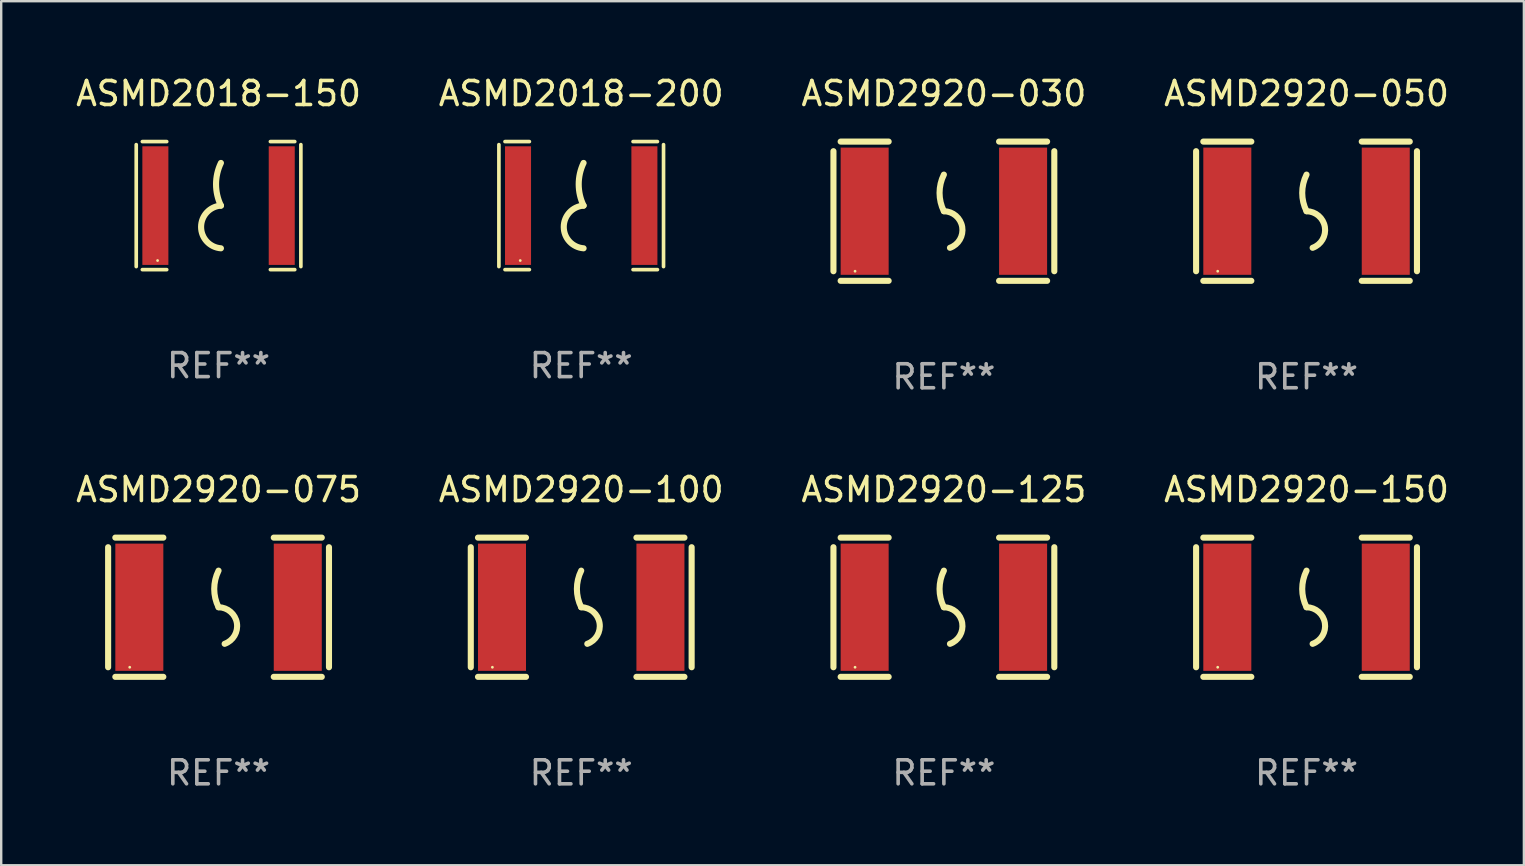
<source format=kicad_pcb>
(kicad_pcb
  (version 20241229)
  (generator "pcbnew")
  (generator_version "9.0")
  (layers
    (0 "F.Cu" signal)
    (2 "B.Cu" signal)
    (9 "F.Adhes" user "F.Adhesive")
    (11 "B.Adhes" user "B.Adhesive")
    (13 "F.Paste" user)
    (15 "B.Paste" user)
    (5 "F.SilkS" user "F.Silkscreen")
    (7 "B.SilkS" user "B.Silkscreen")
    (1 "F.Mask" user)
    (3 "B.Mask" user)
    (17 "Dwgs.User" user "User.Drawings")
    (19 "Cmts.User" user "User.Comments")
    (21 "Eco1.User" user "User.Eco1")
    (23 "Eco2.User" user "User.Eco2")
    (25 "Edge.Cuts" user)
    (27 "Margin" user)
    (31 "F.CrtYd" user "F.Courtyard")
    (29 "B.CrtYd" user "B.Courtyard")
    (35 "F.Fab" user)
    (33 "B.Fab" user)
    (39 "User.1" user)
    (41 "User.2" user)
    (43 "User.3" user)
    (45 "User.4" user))
  (footprint "ASMD2920-100"
    (layer "F.Cu")
    (at 21.161 22.245)
    (property "Reference" "ASMD2920-100" (at 0 -4.9 0) (layer "F.SilkS") (effects (font (size 1 1) (thickness 0.15))))
    (attr through_hole)
    (fp_line (start -4.6 -2.5) (end -4.6 2.5) (stroke (width 0.254) (type solid)) (layer "F.SilkS"))
    (fp_line (start -4.3 -2.9) (end -2.3 -2.9) (stroke (width 0.254) (type solid)) (layer "F.SilkS"))
    (fp_line (start -4.3 2.9) (end -2.3 2.9) (stroke (width 0.254) (type solid)) (layer "F.SilkS"))
    (fp_line (start 2.3 -2.9) (end 4.3 -2.9) (stroke (width 0.254) (type solid)) (layer "F.SilkS"))
    (fp_line (start 2.3 2.9) (end 4.3 2.9) (stroke (width 0.254) (type solid)) (layer "F.SilkS"))
    (fp_line (start 4.6 -2.5) (end 4.6 2.5) (stroke (width 0.254) (type solid)) (layer "F.SilkS"))
    (fp_arc (start 0 0) (mid -0.179884 -0.762002) (end 0 -1.524003) (stroke (width 0.254001) (type solid)) (layer "F.SilkS"))
    (fp_arc (start 0 0) (mid 0.763086 0.655987) (end 0.254001 1.524003) (stroke (width 0.254001) (type solid)) (layer "F.SilkS"))
    (fp_circle (center -3.7 2.5) (end -3.67 2.5) (stroke (width 0.06) (type solid)) (fill no) (layer "F.SilkS"))
    (fp_text user "REF**" (at 0 6.9 0) (layer "F.Fab") (effects (font (size 1 1) (thickness 0.15))))
    (pad "1" smd rect (at -3.3 0) (size 2 5.3) (layers "F.Cu" "F.Mask" "F.Paste"))
    (pad "2" smd rect (at 3.3 0) (size 2 5.3) (layers "F.Cu" "F.Mask" "F.Paste")))
  (footprint "ASMD2018-200"
    (layer "F.Cu")
    (at 21.161 5.515)
    (property "Reference" "ASMD2018-200" (at 0 -4.667 0) (layer "F.SilkS") (effects (font (size 1 1) (thickness 0.15))))
    (attr through_hole)
    (fp_line (start -3.429 2.54) (end -3.429 -2.54) (stroke (width 0.152) (type solid)) (layer "F.SilkS"))
    (fp_line (start -3.175 2.667) (end -2.159 2.667) (stroke (width 0.152) (type solid)) (layer "F.SilkS"))
    (fp_line (start -2.159 -2.667) (end -3.175 -2.667) (stroke (width 0.152) (type solid)) (layer "F.SilkS"))
    (fp_line (start 2.159 2.667) (end 3.175 2.667) (stroke (width 0.152) (type solid)) (layer "F.SilkS"))
    (fp_line (start 3.175 -2.667) (end 2.159 -2.667) (stroke (width 0.152) (type solid)) (layer "F.SilkS"))
    (fp_line (start 3.429 -2.54) (end 3.429 2.54) (stroke (width 0.152) (type solid)) (layer "F.SilkS"))
    (fp_arc (start 0.09873 -0.000001) (mid -0.104416 -0.889002) (end 0.09873 -1.778004) (stroke (width 0.254001) (type solid)) (layer "F.SilkS"))
    (fp_arc (start 0.09873 1.778004) (mid -0.727058 0.889002) (end 0.098731 0) (stroke (width 0.254001) (type solid)) (layer "F.SilkS"))
    (fp_circle (center -2.54 2.288) (end -2.51 2.288) (stroke (width 0.06) (type solid)) (fill no) (layer "F.SilkS"))
    (fp_text user "REF**" (at 0 6.667 0) (layer "F.Fab") (effects (font (size 1 1) (thickness 0.15))))
    (pad "1" smd rect (at -2.632 0) (size 1.084 4.941) (layers "F.Cu" "F.Mask" "F.Paste"))
    (pad "2" smd rect (at 2.632 0) (size 1.084 4.941) (layers "F.Cu" "F.Mask" "F.Paste")))
  (footprint "ASMD2920-050"
    (layer "F.Cu")
    (at 51.375 5.748)
    (property "Reference" "ASMD2920-050" (at 0 -4.9 0) (layer "F.SilkS") (effects (font (size 1 1) (thickness 0.15))))
    (attr through_hole)
    (fp_line (start -4.6 -2.5) (end -4.6 2.5) (stroke (width 0.254) (type solid)) (layer "F.SilkS"))
    (fp_line (start -4.3 -2.9) (end -2.3 -2.9) (stroke (width 0.254) (type solid)) (layer "F.SilkS"))
    (fp_line (start -4.3 2.9) (end -2.3 2.9) (stroke (width 0.254) (type solid)) (layer "F.SilkS"))
    (fp_line (start 2.3 -2.9) (end 4.3 -2.9) (stroke (width 0.254) (type solid)) (layer "F.SilkS"))
    (fp_line (start 2.3 2.9) (end 4.3 2.9) (stroke (width 0.254) (type solid)) (layer "F.SilkS"))
    (fp_line (start 4.6 -2.5) (end 4.6 2.5) (stroke (width 0.254) (type solid)) (layer "F.SilkS"))
    (fp_arc (start 0 0) (mid -0.179884 -0.762002) (end 0 -1.524003) (stroke (width 0.254001) (type solid)) (layer "F.SilkS"))
    (fp_arc (start 0 0) (mid 0.763086 0.655987) (end 0.254001 1.524003) (stroke (width 0.254001) (type solid)) (layer "F.SilkS"))
    (fp_circle (center -3.7 2.5) (end -3.67 2.5) (stroke (width 0.06) (type solid)) (fill no) (layer "F.SilkS"))
    (fp_text user "REF**" (at 0 6.9 0) (layer "F.Fab") (effects (font (size 1 1) (thickness 0.15))))
    (pad "1" smd rect (at -3.3 0) (size 2 5.3) (layers "F.Cu" "F.Mask" "F.Paste"))
    (pad "2" smd rect (at 3.3 0) (size 2 5.3) (layers "F.Cu" "F.Mask" "F.Paste")))
  (footprint "ASMD2920-030"
    (layer "F.Cu")
    (at 36.268 5.748)
    (property "Reference" "ASMD2920-030" (at 0 -4.9 0) (layer "F.SilkS") (effects (font (size 1 1) (thickness 0.15))))
    (attr through_hole)
    (fp_line (start -4.6 -2.5) (end -4.6 2.5) (stroke (width 0.254) (type solid)) (layer "F.SilkS"))
    (fp_line (start -4.3 -2.9) (end -2.3 -2.9) (stroke (width 0.254) (type solid)) (layer "F.SilkS"))
    (fp_line (start -4.3 2.9) (end -2.3 2.9) (stroke (width 0.254) (type solid)) (layer "F.SilkS"))
    (fp_line (start 2.3 -2.9) (end 4.3 -2.9) (stroke (width 0.254) (type solid)) (layer "F.SilkS"))
    (fp_line (start 2.3 2.9) (end 4.3 2.9) (stroke (width 0.254) (type solid)) (layer "F.SilkS"))
    (fp_line (start 4.6 -2.5) (end 4.6 2.5) (stroke (width 0.254) (type solid)) (layer "F.SilkS"))
    (fp_arc (start 0 0) (mid -0.179884 -0.762002) (end 0 -1.524003) (stroke (width 0.254001) (type solid)) (layer "F.SilkS"))
    (fp_arc (start 0 0) (mid 0.763086 0.655987) (end 0.254001 1.524003) (stroke (width 0.254001) (type solid)) (layer "F.SilkS"))
    (fp_circle (center -3.7 2.5) (end -3.67 2.5) (stroke (width 0.06) (type solid)) (fill no) (layer "F.SilkS"))
    (fp_text user "REF**" (at 0 6.9 0) (layer "F.Fab") (effects (font (size 1 1) (thickness 0.15))))
    (pad "1" smd rect (at -3.3 0) (size 2 5.3) (layers "F.Cu" "F.Mask" "F.Paste"))
    (pad "2" smd rect (at 3.3 0) (size 2 5.3) (layers "F.Cu" "F.Mask" "F.Paste")))
  (footprint "ASMD2920-075"
    (layer "F.Cu")
    (at 6.054 22.245)
    (property "Reference" "ASMD2920-075" (at 0 -4.9 0) (layer "F.SilkS") (effects (font (size 1 1) (thickness 0.15))))
    (attr through_hole)
    (fp_line (start -4.6 -2.5) (end -4.6 2.5) (stroke (width 0.254) (type solid)) (layer "F.SilkS"))
    (fp_line (start -4.3 -2.9) (end -2.3 -2.9) (stroke (width 0.254) (type solid)) (layer "F.SilkS"))
    (fp_line (start -4.3 2.9) (end -2.3 2.9) (stroke (width 0.254) (type solid)) (layer "F.SilkS"))
    (fp_line (start 2.3 -2.9) (end 4.3 -2.9) (stroke (width 0.254) (type solid)) (layer "F.SilkS"))
    (fp_line (start 2.3 2.9) (end 4.3 2.9) (stroke (width 0.254) (type solid)) (layer "F.SilkS"))
    (fp_line (start 4.6 -2.5) (end 4.6 2.5) (stroke (width 0.254) (type solid)) (layer "F.SilkS"))
    (fp_arc (start 0 0) (mid -0.179884 -0.762002) (end 0 -1.524003) (stroke (width 0.254001) (type solid)) (layer "F.SilkS"))
    (fp_arc (start 0 0) (mid 0.763086 0.655987) (end 0.254001 1.524003) (stroke (width 0.254001) (type solid)) (layer "F.SilkS"))
    (fp_circle (center -3.7 2.5) (end -3.67 2.5) (stroke (width 0.06) (type solid)) (fill no) (layer "F.SilkS"))
    (fp_text user "REF**" (at 0 6.9 0) (layer "F.Fab") (effects (font (size 1 1) (thickness 0.15))))
    (pad "1" smd rect (at -3.3 0) (size 2 5.3) (layers "F.Cu" "F.Mask" "F.Paste"))
    (pad "2" smd rect (at 3.3 0) (size 2 5.3) (layers "F.Cu" "F.Mask" "F.Paste")))
  (footprint "ASMD2920-150"
    (layer "F.Cu")
    (at 51.375 22.245)
    (property "Reference" "ASMD2920-150" (at 0 -4.9 0) (layer "F.SilkS") (effects (font (size 1 1) (thickness 0.15))))
    (attr through_hole)
    (fp_line (start -4.6 -2.5) (end -4.6 2.5) (stroke (width 0.254) (type solid)) (layer "F.SilkS"))
    (fp_line (start -4.3 -2.9) (end -2.3 -2.9) (stroke (width 0.254) (type solid)) (layer "F.SilkS"))
    (fp_line (start -4.3 2.9) (end -2.3 2.9) (stroke (width 0.254) (type solid)) (layer "F.SilkS"))
    (fp_line (start 2.3 -2.9) (end 4.3 -2.9) (stroke (width 0.254) (type solid)) (layer "F.SilkS"))
    (fp_line (start 2.3 2.9) (end 4.3 2.9) (stroke (width 0.254) (type solid)) (layer "F.SilkS"))
    (fp_line (start 4.6 -2.5) (end 4.6 2.5) (stroke (width 0.254) (type solid)) (layer "F.SilkS"))
    (fp_arc (start 0 0) (mid -0.179884 -0.762002) (end 0 -1.524003) (stroke (width 0.254001) (type solid)) (layer "F.SilkS"))
    (fp_arc (start 0 0) (mid 0.763086 0.655987) (end 0.254001 1.524003) (stroke (width 0.254001) (type solid)) (layer "F.SilkS"))
    (fp_circle (center -3.7 2.5) (end -3.67 2.5) (stroke (width 0.06) (type solid)) (fill no) (layer "F.SilkS"))
    (fp_text user "REF**" (at 0 6.9 0) (layer "F.Fab") (effects (font (size 1 1) (thickness 0.15))))
    (pad "1" smd rect (at -3.3 0) (size 2 5.3) (layers "F.Cu" "F.Mask" "F.Paste"))
    (pad "2" smd rect (at 3.3 0) (size 2 5.3) (layers "F.Cu" "F.Mask" "F.Paste")))
  (footprint "ASMD2920-125"
    (layer "F.Cu")
    (at 36.268 22.245)
    (property "Reference" "ASMD2920-125" (at 0 -4.9 0) (layer "F.SilkS") (effects (font (size 1 1) (thickness 0.15))))
    (attr through_hole)
    (fp_line (start -4.6 -2.5) (end -4.6 2.5) (stroke (width 0.254) (type solid)) (layer "F.SilkS"))
    (fp_line (start -4.3 -2.9) (end -2.3 -2.9) (stroke (width 0.254) (type solid)) (layer "F.SilkS"))
    (fp_line (start -4.3 2.9) (end -2.3 2.9) (stroke (width 0.254) (type solid)) (layer "F.SilkS"))
    (fp_line (start 2.3 -2.9) (end 4.3 -2.9) (stroke (width 0.254) (type solid)) (layer "F.SilkS"))
    (fp_line (start 2.3 2.9) (end 4.3 2.9) (stroke (width 0.254) (type solid)) (layer "F.SilkS"))
    (fp_line (start 4.6 -2.5) (end 4.6 2.5) (stroke (width 0.254) (type solid)) (layer "F.SilkS"))
    (fp_arc (start 0 0) (mid -0.179884 -0.762002) (end 0 -1.524003) (stroke (width 0.254001) (type solid)) (layer "F.SilkS"))
    (fp_arc (start 0 0) (mid 0.763086 0.655987) (end 0.254001 1.524003) (stroke (width 0.254001) (type solid)) (layer "F.SilkS"))
    (fp_circle (center -3.7 2.5) (end -3.67 2.5) (stroke (width 0.06) (type solid)) (fill no) (layer "F.SilkS"))
    (fp_text user "REF**" (at 0 6.9 0) (layer "F.Fab") (effects (font (size 1 1) (thickness 0.15))))
    (pad "1" smd rect (at -3.3 0) (size 2 5.3) (layers "F.Cu" "F.Mask" "F.Paste"))
    (pad "2" smd rect (at 3.3 0) (size 2 5.3) (layers "F.Cu" "F.Mask" "F.Paste")))
  (footprint "ASMD2018-150"
    (layer "F.Cu")
    (at 6.054 5.515)
    (property "Reference" "ASMD2018-150" (at 0 -4.667 0) (layer "F.SilkS") (effects (font (size 1 1) (thickness 0.15))))
    (attr through_hole)
    (fp_line (start -3.429 2.54) (end -3.429 -2.54) (stroke (width 0.152) (type solid)) (layer "F.SilkS"))
    (fp_line (start -3.175 2.667) (end -2.159 2.667) (stroke (width 0.152) (type solid)) (layer "F.SilkS"))
    (fp_line (start -2.159 -2.667) (end -3.175 -2.667) (stroke (width 0.152) (type solid)) (layer "F.SilkS"))
    (fp_line (start 2.159 2.667) (end 3.175 2.667) (stroke (width 0.152) (type solid)) (layer "F.SilkS"))
    (fp_line (start 3.175 -2.667) (end 2.159 -2.667) (stroke (width 0.152) (type solid)) (layer "F.SilkS"))
    (fp_line (start 3.429 -2.54) (end 3.429 2.54) (stroke (width 0.152) (type solid)) (layer "F.SilkS"))
    (fp_arc (start 0.09873 -0.000001) (mid -0.104416 -0.889002) (end 0.09873 -1.778004) (stroke (width 0.254001) (type solid)) (layer "F.SilkS"))
    (fp_arc (start 0.09873 1.778004) (mid -0.727058 0.889002) (end 0.098731 0) (stroke (width 0.254001) (type solid)) (layer "F.SilkS"))
    (fp_circle (center -2.54 2.288) (end -2.51 2.288) (stroke (width 0.06) (type solid)) (fill no) (layer "F.SilkS"))
    (fp_text user "REF**" (at 0 6.667 0) (layer "F.Fab") (effects (font (size 1 1) (thickness 0.15))))
    (pad "1" smd rect (at -2.632 0) (size 1.084 4.941) (layers "F.Cu" "F.Mask" "F.Paste"))
    (pad "2" smd rect (at 2.632 0) (size 1.084 4.941) (layers "F.Cu" "F.Mask" "F.Paste")))
  (gr_rect
    (start -3 -3)
    (end 60.429 32.993)
    (stroke (width 0.1) (type default))
    (fill no)
    (layer "Edge.Cuts")))
</source>
